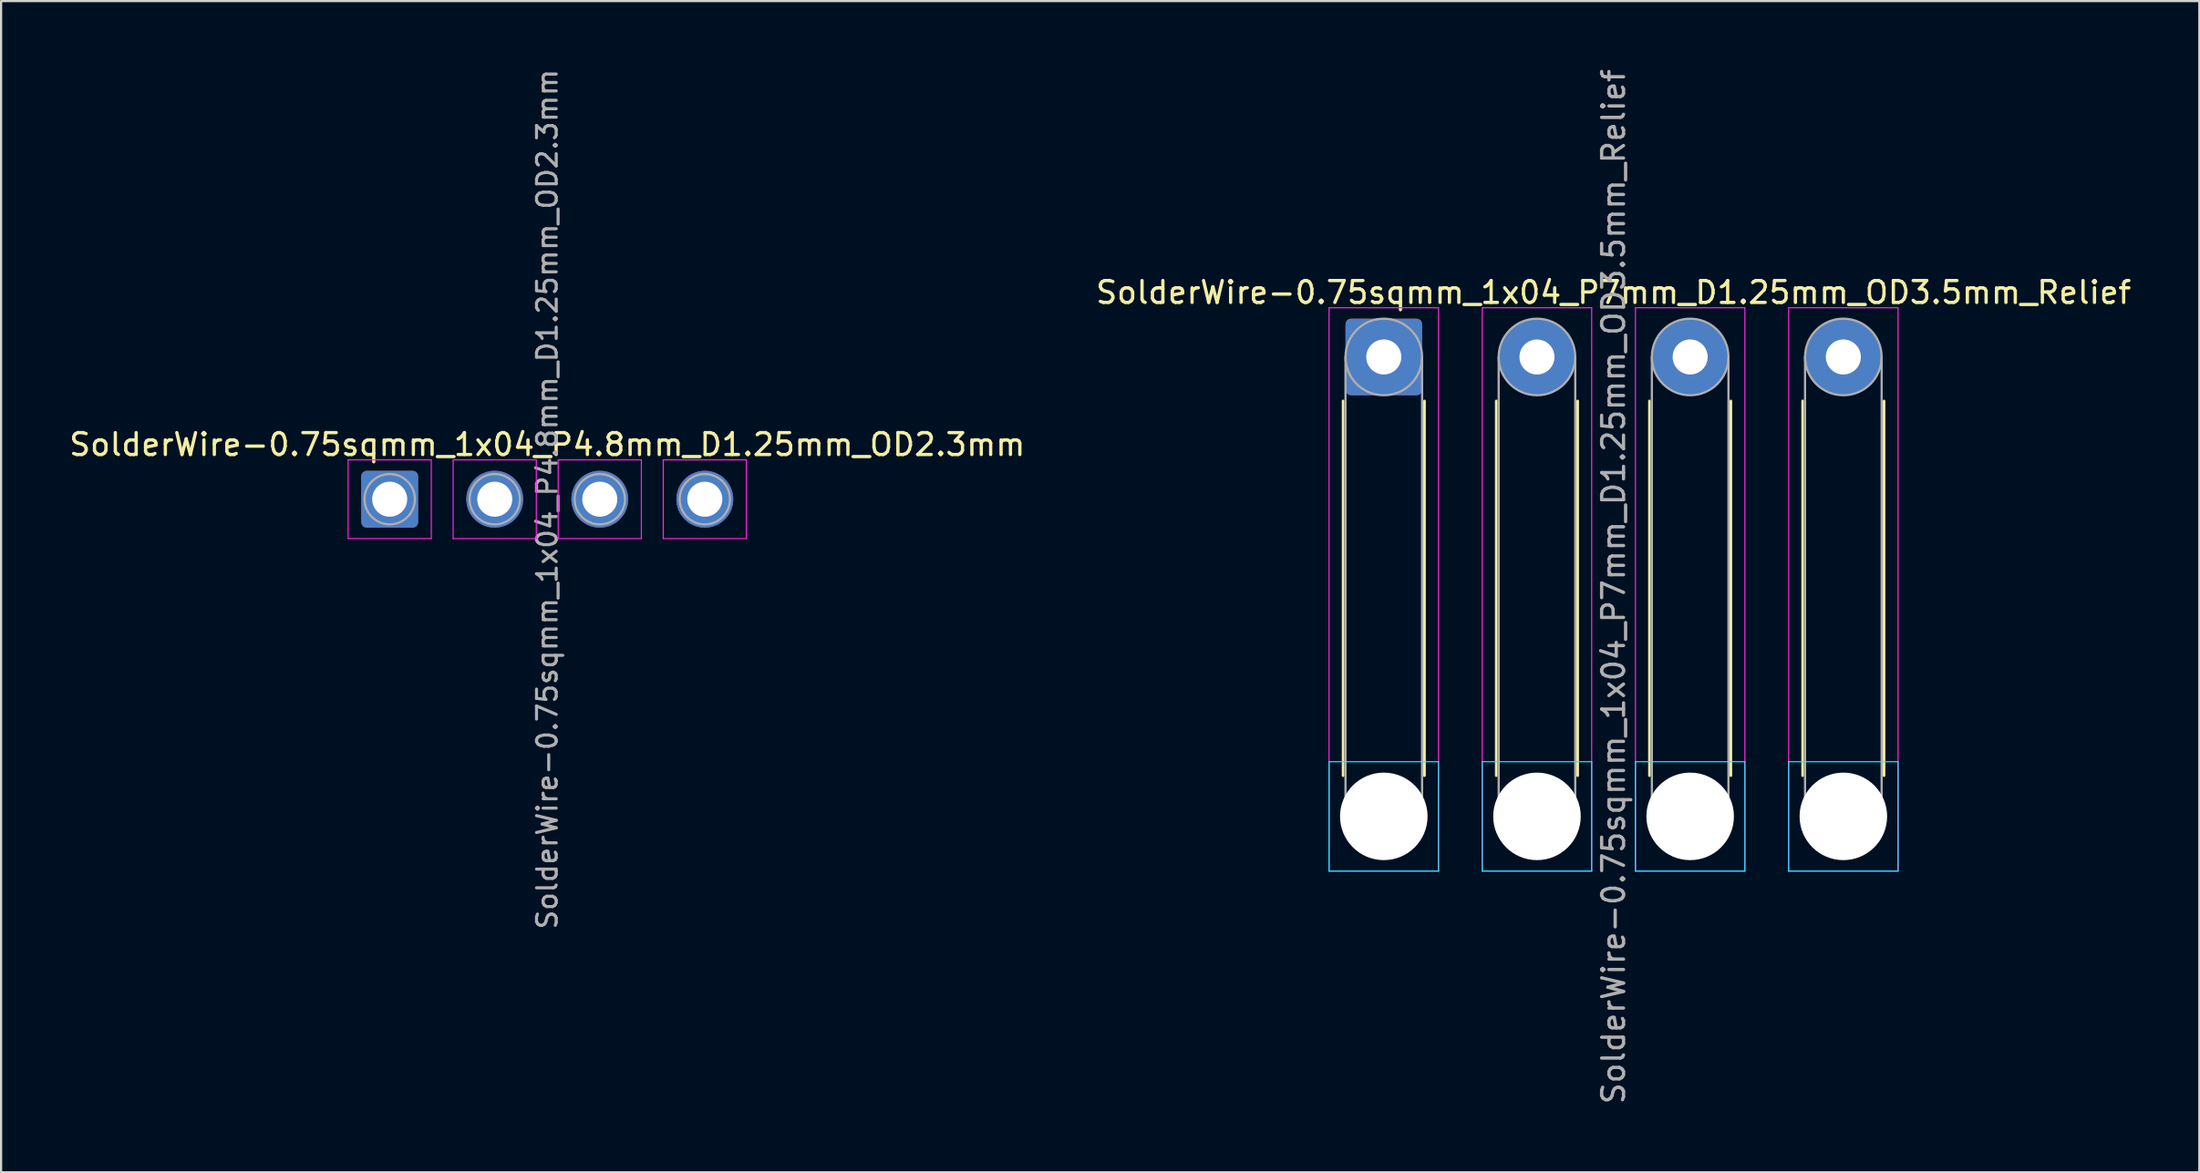
<source format=kicad_pcb>
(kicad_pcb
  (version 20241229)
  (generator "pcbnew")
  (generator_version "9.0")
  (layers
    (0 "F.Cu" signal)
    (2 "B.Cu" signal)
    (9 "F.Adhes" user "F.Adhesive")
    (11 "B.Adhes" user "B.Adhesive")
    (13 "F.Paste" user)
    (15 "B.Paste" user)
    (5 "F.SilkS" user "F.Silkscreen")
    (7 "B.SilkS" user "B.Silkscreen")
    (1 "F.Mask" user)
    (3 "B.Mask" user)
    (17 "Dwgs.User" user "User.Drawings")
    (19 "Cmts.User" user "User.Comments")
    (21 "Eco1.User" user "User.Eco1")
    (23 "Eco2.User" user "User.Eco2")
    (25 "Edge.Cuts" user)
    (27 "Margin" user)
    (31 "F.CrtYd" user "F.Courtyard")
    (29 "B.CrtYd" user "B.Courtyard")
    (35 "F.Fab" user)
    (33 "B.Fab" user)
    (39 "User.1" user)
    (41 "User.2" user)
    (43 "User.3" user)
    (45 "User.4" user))
  (footprint "SolderWire-0.75sqmm_1x04_P4.8mm_D1.25mm_OD2.3mm"
    (layer "F.Cu")
    (at 14.758 19.77)
    (property "Reference" "SolderWire-0.75sqmm_1x04_P4.8mm_D1.25mm_OD2.3mm" (at 7.2 -2.5 0) (layer "F.SilkS") (effects (font (size 1 1) (thickness 0.15))))
    (attr exclude_from_pos_files exclude_from_bom)
    (fp_line (start -1.9 -1.8) (end -1.9 1.8) (stroke (width 0.05) (type solid)) (layer "F.CrtYd"))
    (fp_line (start -1.9 1.8) (end 1.9 1.8) (stroke (width 0.05) (type solid)) (layer "F.CrtYd"))
    (fp_line (start 1.9 -1.8) (end -1.9 -1.8) (stroke (width 0.05) (type solid)) (layer "F.CrtYd"))
    (fp_line (start 1.9 1.8) (end 1.9 -1.8) (stroke (width 0.05) (type solid)) (layer "F.CrtYd"))
    (fp_line (start 2.9 -1.8) (end 2.9 1.8) (stroke (width 0.05) (type solid)) (layer "F.CrtYd"))
    (fp_line (start 2.9 1.8) (end 6.7 1.8) (stroke (width 0.05) (type solid)) (layer "F.CrtYd"))
    (fp_line (start 6.7 -1.8) (end 2.9 -1.8) (stroke (width 0.05) (type solid)) (layer "F.CrtYd"))
    (fp_line (start 6.7 1.8) (end 6.7 -1.8) (stroke (width 0.05) (type solid)) (layer "F.CrtYd"))
    (fp_line (start 7.7 -1.8) (end 7.7 1.8) (stroke (width 0.05) (type solid)) (layer "F.CrtYd"))
    (fp_line (start 7.7 1.8) (end 11.5 1.8) (stroke (width 0.05) (type solid)) (layer "F.CrtYd"))
    (fp_line (start 11.5 -1.8) (end 7.7 -1.8) (stroke (width 0.05) (type solid)) (layer "F.CrtYd"))
    (fp_line (start 11.5 1.8) (end 11.5 -1.8) (stroke (width 0.05) (type solid)) (layer "F.CrtYd"))
    (fp_line (start 12.5 -1.8) (end 12.5 1.8) (stroke (width 0.05) (type solid)) (layer "F.CrtYd"))
    (fp_line (start 12.5 1.8) (end 16.3 1.8) (stroke (width 0.05) (type solid)) (layer "F.CrtYd"))
    (fp_line (start 16.3 -1.8) (end 12.5 -1.8) (stroke (width 0.05) (type solid)) (layer "F.CrtYd"))
    (fp_line (start 16.3 1.8) (end 16.3 -1.8) (stroke (width 0.05) (type solid)) (layer "F.CrtYd"))
    (fp_circle (center 0 0) (end 1.15 0) (stroke (width 0.1) (type solid)) (fill no) (layer "F.Fab"))
    (fp_circle (center 4.8 0) (end 5.95 0) (stroke (width 0.1) (type solid)) (fill no) (layer "F.Fab"))
    (fp_circle (center 9.6 0) (end 10.75 0) (stroke (width 0.1) (type solid)) (fill no) (layer "F.Fab"))
    (fp_circle (center 14.4 0) (end 15.55 0) (stroke (width 0.1) (type solid)) (fill no) (layer "F.Fab"))
    (fp_text user "${REFERENCE}" (at 7.2 0 90) (layer "F.Fab") (effects (font (size 0.9 0.9) (thickness 0.14))))
    (pad "1" thru_hole roundrect (at 0 0) (size 2.6 2.6) (drill 1.6) (layers "*.Cu" "*.Mask") (roundrect_rratio 0.096))
    (pad "2" thru_hole circle (at 4.8 0) (size 2.6 2.6) (drill 1.6) (layers "*.Cu" "*.Mask"))
    (pad "3" thru_hole circle (at 9.6 0) (size 2.6 2.6) (drill 1.6) (layers "*.Cu" "*.Mask"))
    (pad "4" thru_hole circle (at 14.4 0) (size 2.6 2.6) (drill 1.6) (layers "*.Cu" "*.Mask")))
  (footprint "SolderWire-0.75sqmm_1x04_P7mm_D1.25mm_OD3.5mm_Relief"
    (layer "F.Cu")
    (at 60.185 13.268)
    (property "Reference" "SolderWire-0.75sqmm_1x04_P7mm_D1.25mm_OD3.5mm_Relief" (at 10.5 -2.95 0) (layer "F.SilkS") (effects (font (size 1 1) (thickness 0.15))))
    (attr exclude_from_pos_files exclude_from_bom)
    (fp_line (start -1.86 2.01) (end -1.86 19.14) (stroke (width 0.12) (type solid)) (layer "F.SilkS"))
    (fp_line (start 1.86 2.01) (end 1.86 19.14) (stroke (width 0.12) (type solid)) (layer "F.SilkS"))
    (fp_line (start 5.14 2.01) (end 5.14 19.14) (stroke (width 0.12) (type solid)) (layer "F.SilkS"))
    (fp_line (start 8.86 2.01) (end 8.86 19.14) (stroke (width 0.12) (type solid)) (layer "F.SilkS"))
    (fp_line (start 12.14 2.01) (end 12.14 19.14) (stroke (width 0.12) (type solid)) (layer "F.SilkS"))
    (fp_line (start 15.86 2.01) (end 15.86 19.14) (stroke (width 0.12) (type solid)) (layer "F.SilkS"))
    (fp_line (start 19.14 2.01) (end 19.14 19.14) (stroke (width 0.12) (type solid)) (layer "F.SilkS"))
    (fp_line (start 22.86 2.01) (end 22.86 19.14) (stroke (width 0.12) (type solid)) (layer "F.SilkS"))
    (fp_line (start -2.5 18.5) (end -2.5 23.5) (stroke (width 0.05) (type solid)) (layer "B.CrtYd"))
    (fp_line (start -2.5 23.5) (end 2.5 23.5) (stroke (width 0.05) (type solid)) (layer "B.CrtYd"))
    (fp_line (start 2.5 18.5) (end -2.5 18.5) (stroke (width 0.05) (type solid)) (layer "B.CrtYd"))
    (fp_line (start 2.5 23.5) (end 2.5 18.5) (stroke (width 0.05) (type solid)) (layer "B.CrtYd"))
    (fp_line (start 4.5 18.5) (end 4.5 23.5) (stroke (width 0.05) (type solid)) (layer "B.CrtYd"))
    (fp_line (start 4.5 23.5) (end 9.5 23.5) (stroke (width 0.05) (type solid)) (layer "B.CrtYd"))
    (fp_line (start 9.5 18.5) (end 4.5 18.5) (stroke (width 0.05) (type solid)) (layer "B.CrtYd"))
    (fp_line (start 9.5 23.5) (end 9.5 18.5) (stroke (width 0.05) (type solid)) (layer "B.CrtYd"))
    (fp_line (start 11.5 18.5) (end 11.5 23.5) (stroke (width 0.05) (type solid)) (layer "B.CrtYd"))
    (fp_line (start 11.5 23.5) (end 16.5 23.5) (stroke (width 0.05) (type solid)) (layer "B.CrtYd"))
    (fp_line (start 16.5 18.5) (end 11.5 18.5) (stroke (width 0.05) (type solid)) (layer "B.CrtYd"))
    (fp_line (start 16.5 23.5) (end 16.5 18.5) (stroke (width 0.05) (type solid)) (layer "B.CrtYd"))
    (fp_line (start 18.5 18.5) (end 18.5 23.5) (stroke (width 0.05) (type solid)) (layer "B.CrtYd"))
    (fp_line (start 18.5 23.5) (end 23.5 23.5) (stroke (width 0.05) (type solid)) (layer "B.CrtYd"))
    (fp_line (start 23.5 18.5) (end 18.5 18.5) (stroke (width 0.05) (type solid)) (layer "B.CrtYd"))
    (fp_line (start 23.5 23.5) (end 23.5 18.5) (stroke (width 0.05) (type solid)) (layer "B.CrtYd"))
    (fp_line (start -2.5 -2.25) (end -2.5 23.5) (stroke (width 0.05) (type solid)) (layer "F.CrtYd"))
    (fp_line (start -2.5 23.5) (end 2.5 23.5) (stroke (width 0.05) (type solid)) (layer "F.CrtYd"))
    (fp_line (start 2.5 -2.25) (end -2.5 -2.25) (stroke (width 0.05) (type solid)) (layer "F.CrtYd"))
    (fp_line (start 2.5 23.5) (end 2.5 -2.25) (stroke (width 0.05) (type solid)) (layer "F.CrtYd"))
    (fp_line (start 4.5 -2.25) (end 4.5 23.5) (stroke (width 0.05) (type solid)) (layer "F.CrtYd"))
    (fp_line (start 4.5 23.5) (end 9.5 23.5) (stroke (width 0.05) (type solid)) (layer "F.CrtYd"))
    (fp_line (start 9.5 -2.25) (end 4.5 -2.25) (stroke (width 0.05) (type solid)) (layer "F.CrtYd"))
    (fp_line (start 9.5 23.5) (end 9.5 -2.25) (stroke (width 0.05) (type solid)) (layer "F.CrtYd"))
    (fp_line (start 11.5 -2.25) (end 11.5 23.5) (stroke (width 0.05) (type solid)) (layer "F.CrtYd"))
    (fp_line (start 11.5 23.5) (end 16.5 23.5) (stroke (width 0.05) (type solid)) (layer "F.CrtYd"))
    (fp_line (start 16.5 -2.25) (end 11.5 -2.25) (stroke (width 0.05) (type solid)) (layer "F.CrtYd"))
    (fp_line (start 16.5 23.5) (end 16.5 -2.25) (stroke (width 0.05) (type solid)) (layer "F.CrtYd"))
    (fp_line (start 18.5 -2.25) (end 18.5 23.5) (stroke (width 0.05) (type solid)) (layer "F.CrtYd"))
    (fp_line (start 18.5 23.5) (end 23.5 23.5) (stroke (width 0.05) (type solid)) (layer "F.CrtYd"))
    (fp_line (start 23.5 -2.25) (end 18.5 -2.25) (stroke (width 0.05) (type solid)) (layer "F.CrtYd"))
    (fp_line (start 23.5 23.5) (end 23.5 -2.25) (stroke (width 0.05) (type solid)) (layer "F.CrtYd"))
    (fp_line (start -1.75 0) (end -1.75 21) (stroke (width 0.1) (type solid)) (layer "F.Fab"))
    (fp_line (start 1.75 0) (end 1.75 21) (stroke (width 0.1) (type solid)) (layer "F.Fab"))
    (fp_line (start 5.25 0) (end 5.25 21) (stroke (width 0.1) (type solid)) (layer "F.Fab"))
    (fp_line (start 8.75 0) (end 8.75 21) (stroke (width 0.1) (type solid)) (layer "F.Fab"))
    (fp_line (start 12.25 0) (end 12.25 21) (stroke (width 0.1) (type solid)) (layer "F.Fab"))
    (fp_line (start 15.75 0) (end 15.75 21) (stroke (width 0.1) (type solid)) (layer "F.Fab"))
    (fp_line (start 19.25 0) (end 19.25 21) (stroke (width 0.1) (type solid)) (layer "F.Fab"))
    (fp_line (start 22.75 0) (end 22.75 21) (stroke (width 0.1) (type solid)) (layer "F.Fab"))
    (fp_circle (center 0 0) (end 1.75 0) (stroke (width 0.1) (type solid)) (fill no) (layer "F.Fab"))
    (fp_circle (center 0 21) (end 1.75 21) (stroke (width 0.1) (type solid)) (fill no) (layer "F.Fab"))
    (fp_circle (center 7 0) (end 8.75 0) (stroke (width 0.1) (type solid)) (fill no) (layer "F.Fab"))
    (fp_circle (center 7 21) (end 8.75 21) (stroke (width 0.1) (type solid)) (fill no) (layer "F.Fab"))
    (fp_circle (center 14 0) (end 15.75 0) (stroke (width 0.1) (type solid)) (fill no) (layer "F.Fab"))
    (fp_circle (center 14 21) (end 15.75 21) (stroke (width 0.1) (type solid)) (fill no) (layer "F.Fab"))
    (fp_circle (center 21 0) (end 22.75 0) (stroke (width 0.1) (type solid)) (fill no) (layer "F.Fab"))
    (fp_circle (center 21 21) (end 22.75 21) (stroke (width 0.1) (type solid)) (fill no) (layer "F.Fab"))
    (fp_text user "${REFERENCE}" (at 10.5 10.5 90) (layer "F.Fab") (effects (font (size 1 1) (thickness 0.15))))
    (pad "" np_thru_hole circle (at 0 21) (size 4 4) (drill 4) (layers "*.Cu" "*.Mask"))
    (pad "" np_thru_hole circle (at 7 21) (size 4 4) (drill 4) (layers "*.Cu" "*.Mask"))
    (pad "" np_thru_hole circle (at 14 21) (size 4 4) (drill 4) (layers "*.Cu" "*.Mask"))
    (pad "" np_thru_hole circle (at 21 21) (size 4 4) (drill 4) (layers "*.Cu" "*.Mask"))
    (pad "1" thru_hole roundrect (at 0 0) (size 3.5 3.5) (drill 1.6) (layers "*.Cu" "*.Mask") (roundrect_rratio 0.071))
    (pad "2" thru_hole circle (at 7 0) (size 3.5 3.5) (drill 1.6) (layers "*.Cu" "*.Mask"))
    (pad "3" thru_hole circle (at 14 0) (size 3.5 3.5) (drill 1.6) (layers "*.Cu" "*.Mask"))
    (pad "4" thru_hole circle (at 21 0) (size 3.5 3.5) (drill 1.6) (layers "*.Cu" "*.Mask")))
  (gr_rect
    (start -3 -3)
    (end 97.452 50.536)
    (stroke (width 0.1) (type default))
    (fill no)
    (layer "Edge.Cuts")))
</source>
